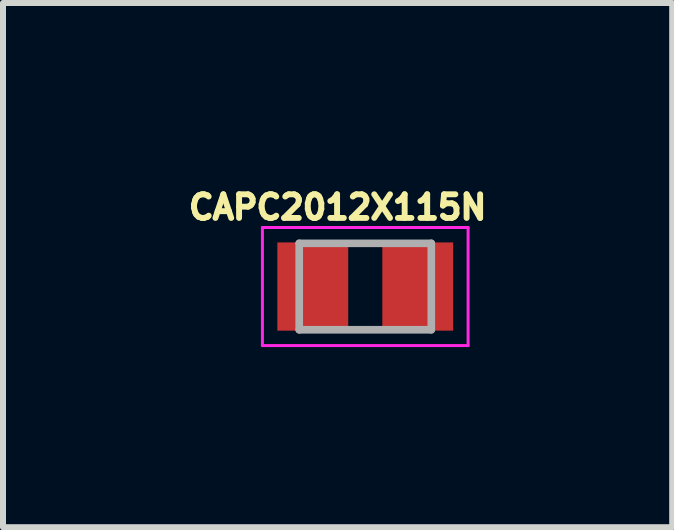
<source format=kicad_pcb>
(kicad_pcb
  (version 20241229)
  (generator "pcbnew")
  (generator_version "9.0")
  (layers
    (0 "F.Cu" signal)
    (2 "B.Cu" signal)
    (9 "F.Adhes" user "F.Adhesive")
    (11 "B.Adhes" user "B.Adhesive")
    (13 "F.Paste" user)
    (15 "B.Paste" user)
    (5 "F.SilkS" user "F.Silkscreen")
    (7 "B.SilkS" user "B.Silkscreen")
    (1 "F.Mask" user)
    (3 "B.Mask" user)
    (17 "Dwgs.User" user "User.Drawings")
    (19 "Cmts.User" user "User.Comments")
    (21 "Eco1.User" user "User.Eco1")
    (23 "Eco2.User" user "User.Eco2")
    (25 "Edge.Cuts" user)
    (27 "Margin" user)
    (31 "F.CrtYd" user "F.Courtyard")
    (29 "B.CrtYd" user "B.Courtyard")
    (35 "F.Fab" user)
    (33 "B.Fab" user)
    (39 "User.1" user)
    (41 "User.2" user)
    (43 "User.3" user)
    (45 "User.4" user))
  (footprint "CAPC2012X115N"
    (layer "F.Cu")
    (at 3.034 1.723)
    (property "Reference" "CAPC2012X115N" (at -0.46 -1.32 0) (layer "F.SilkS") (effects (font (size 0.394 0.394) (thickness 0.15))))
    (attr smd)
    (fp_line (start -1.713 -0.983) (end 1.713 -0.983) (stroke (width 0.05) (type solid)) (layer "F.CrtYd"))
    (fp_line (start -1.713 0.983) (end -1.713 -0.983) (stroke (width 0.05) (type solid)) (layer "F.CrtYd"))
    (fp_line (start -1.713 0.983) (end 1.713 0.983) (stroke (width 0.05) (type solid)) (layer "F.CrtYd"))
    (fp_line (start 1.713 0.983) (end 1.713 -0.983) (stroke (width 0.05) (type solid)) (layer "F.CrtYd"))
    (fp_line (start -1.1 0.72) (end -1.1 -0.72) (stroke (width 0.127) (type solid)) (layer "F.Fab"))
    (fp_line (start 1.1 -0.72) (end -1.1 -0.72) (stroke (width 0.127) (type solid)) (layer "F.Fab"))
    (fp_line (start 1.1 0.72) (end -1.1 0.72) (stroke (width 0.127) (type solid)) (layer "F.Fab"))
    (fp_line (start 1.1 0.72) (end 1.1 -0.72) (stroke (width 0.127) (type solid)) (layer "F.Fab"))
    (pad "1" smd rect (at -0.874 0) (size 1.18 1.47) (layers "F.Cu" "F.Mask" "F.Paste"))
    (pad "2" smd rect (at 0.874 0) (size 1.18 1.47) (layers "F.Cu" "F.Mask" "F.Paste")))
  (gr_rect
    (start -3 -3)
    (end 8.147 5.731)
    (stroke (width 0.1) (type default))
    (fill no)
    (layer "Edge.Cuts")))
</source>
